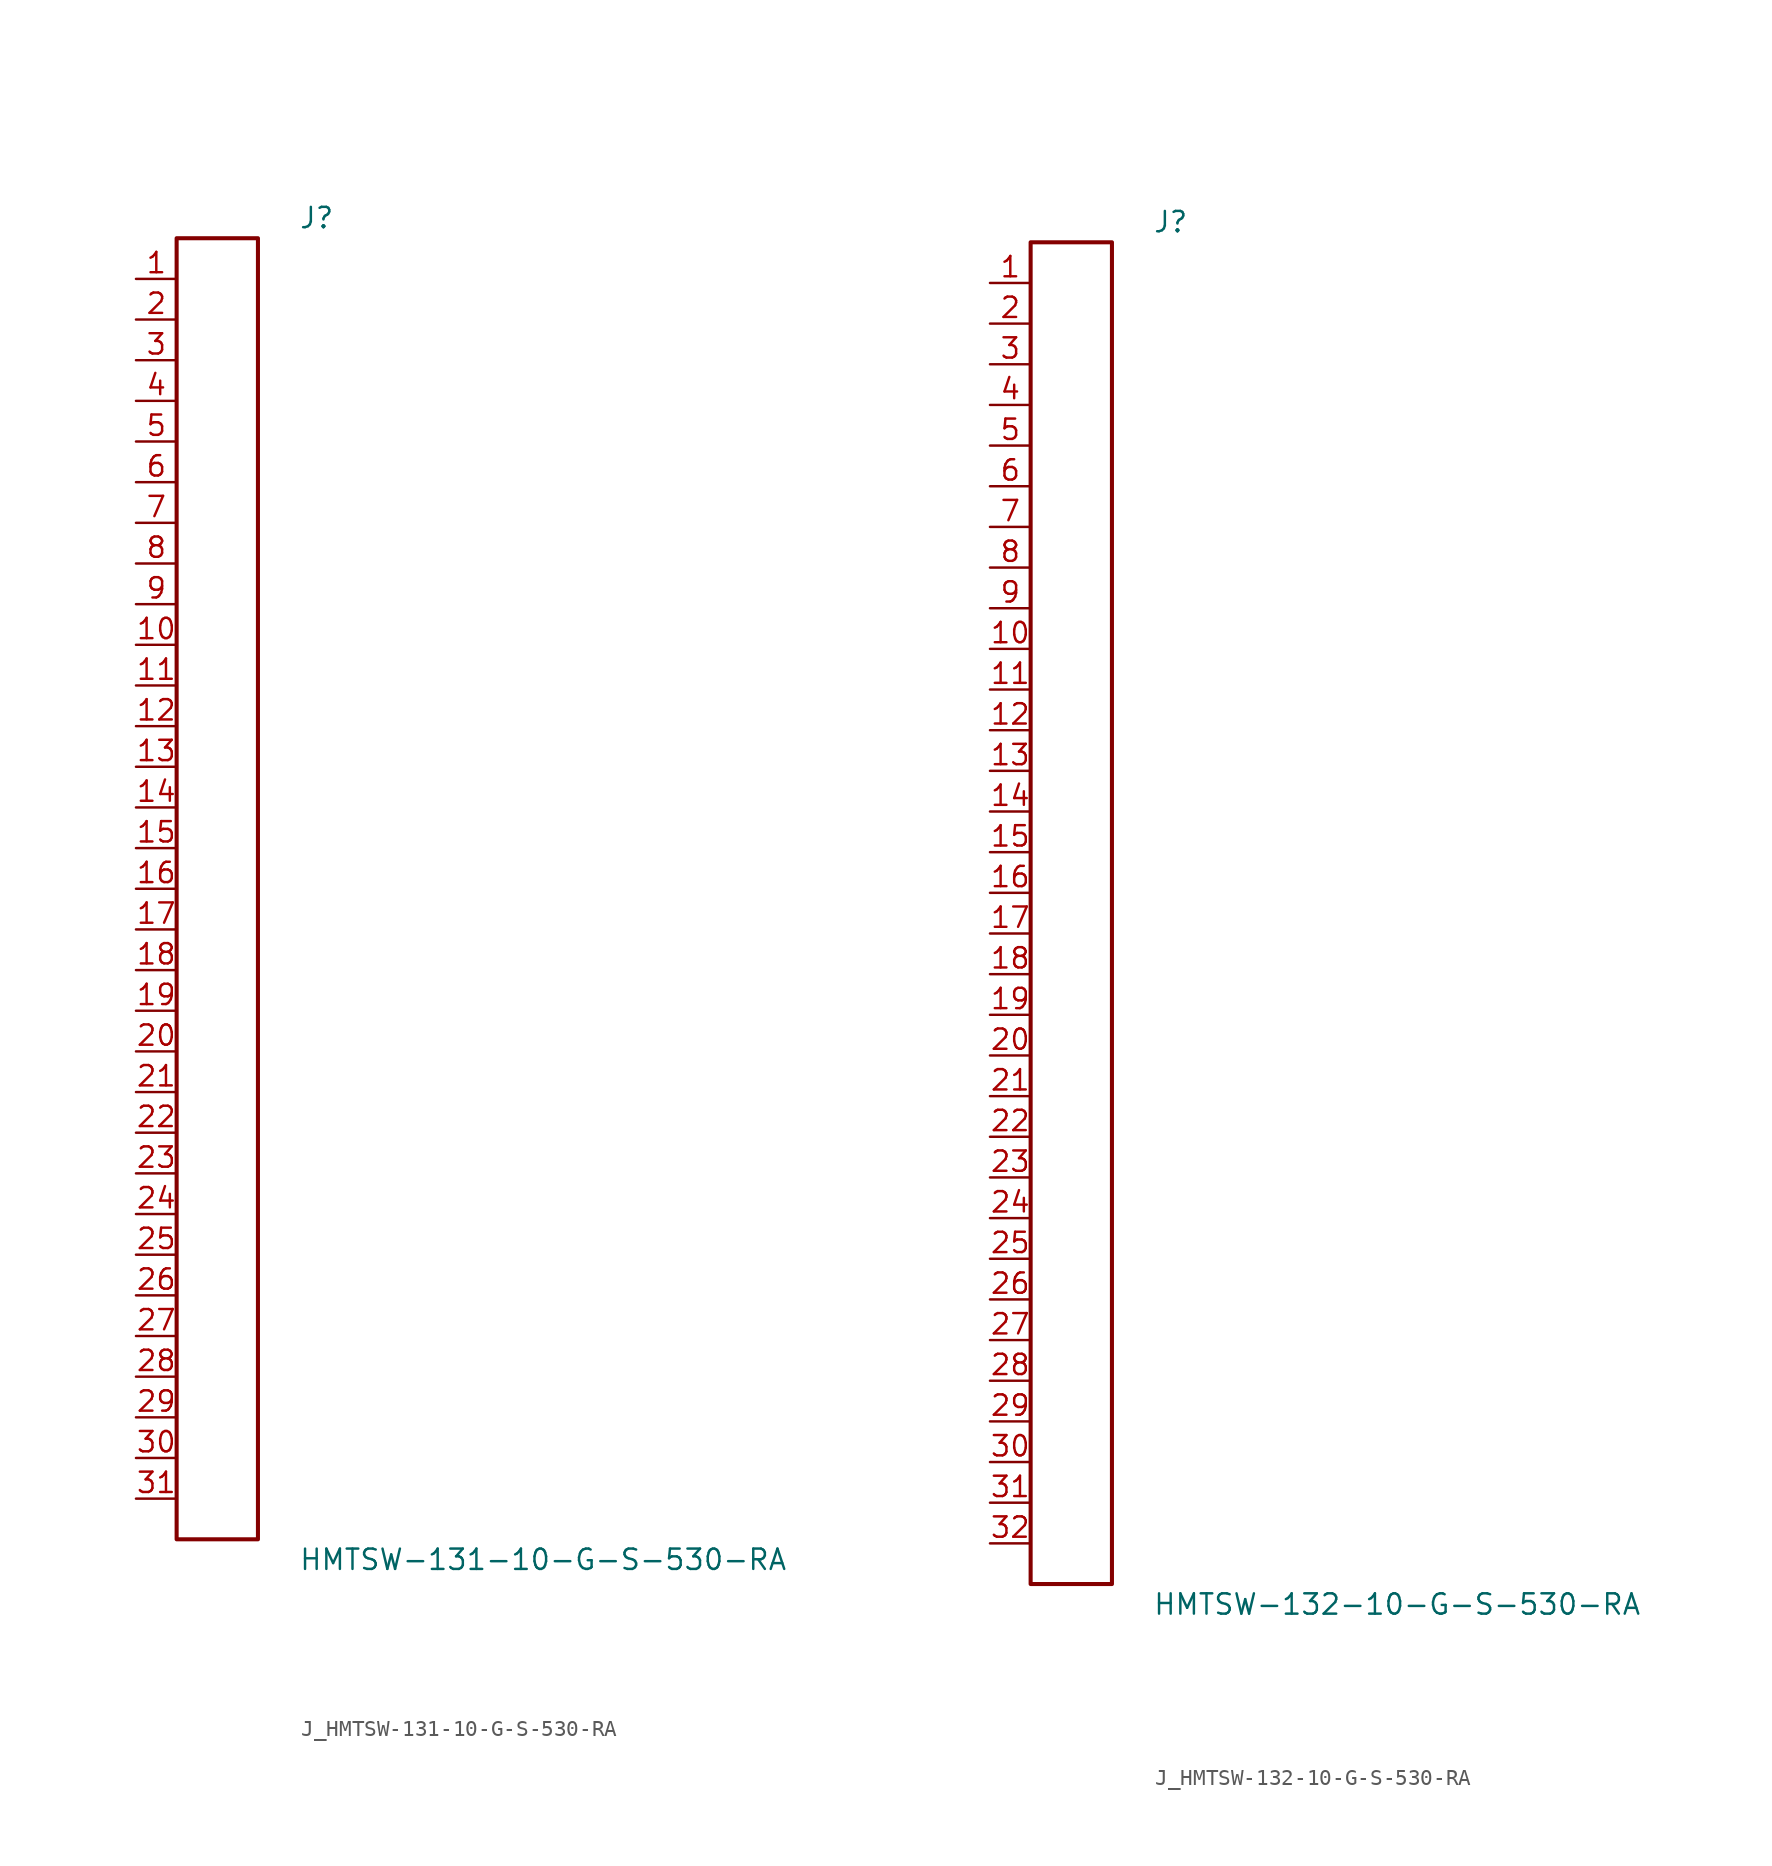
<source format=kicad_sym>
(kicad_symbol_lib
  (version 20231120)
  (generator kicad_symbol_editor)
  (generator_version 8.0)
  (symbol "J_HMTSW-131-10-G-S-530-RA"
    (pin_names
      (offset 0.254))
    (property "Reference" "J"
      (at 5.08 41.91 0)
      (effects (font (size 1.27 1.27)) (justify left)))
    (property "Value" "HMTSW-131-10-G-S-530-RA"
      (at 5.08 -41.91 0)
      (effects (font (size 1.27 1.27)) (justify left)))
    (symbol "J_HMTSW-131-10-G-S-530-RA_0_0"
      (pin unspecified line (at -5.08 38.1 0) (length 2.54) (name "" (effects (font (size 1.27 1.27)))) (number "1" (effects (font (size 1.27 1.27)))))
      (pin unspecified line (at -5.08 35.56 0) (length 2.54) (name "" (effects (font (size 1.27 1.27)))) (number "2" (effects (font (size 1.27 1.27)))))
      (pin unspecified line (at -5.08 33.02 0) (length 2.54) (name "" (effects (font (size 1.27 1.27)))) (number "3" (effects (font (size 1.27 1.27)))))
      (pin unspecified line (at -5.08 30.48 0) (length 2.54) (name "" (effects (font (size 1.27 1.27)))) (number "4" (effects (font (size 1.27 1.27)))))
      (pin unspecified line (at -5.08 27.94 0) (length 2.54) (name "" (effects (font (size 1.27 1.27)))) (number "5" (effects (font (size 1.27 1.27)))))
      (pin unspecified line (at -5.08 25.4 0) (length 2.54) (name "" (effects (font (size 1.27 1.27)))) (number "6" (effects (font (size 1.27 1.27)))))
      (pin unspecified line (at -5.08 22.86 0) (length 2.54) (name "" (effects (font (size 1.27 1.27)))) (number "7" (effects (font (size 1.27 1.27)))))
      (pin unspecified line (at -5.08 20.32 0) (length 2.54) (name "" (effects (font (size 1.27 1.27)))) (number "8" (effects (font (size 1.27 1.27)))))
      (pin unspecified line (at -5.08 17.78 0) (length 2.54) (name "" (effects (font (size 1.27 1.27)))) (number "9" (effects (font (size 1.27 1.27)))))
      (pin unspecified line (at -5.08 15.24 0) (length 2.54) (name "" (effects (font (size 1.27 1.27)))) (number "10" (effects (font (size 1.27 1.27)))))
      (pin unspecified line (at -5.08 12.7 0) (length 2.54) (name "" (effects (font (size 1.27 1.27)))) (number "11" (effects (font (size 1.27 1.27)))))
      (pin unspecified line (at -5.08 10.16 0) (length 2.54) (name "" (effects (font (size 1.27 1.27)))) (number "12" (effects (font (size 1.27 1.27)))))
      (pin unspecified line (at -5.08 7.62 0) (length 2.54) (name "" (effects (font (size 1.27 1.27)))) (number "13" (effects (font (size 1.27 1.27)))))
      (pin unspecified line (at -5.08 5.08 0) (length 2.54) (name "" (effects (font (size 1.27 1.27)))) (number "14" (effects (font (size 1.27 1.27)))))
      (pin unspecified line (at -5.08 2.54 0) (length 2.54) (name "" (effects (font (size 1.27 1.27)))) (number "15" (effects (font (size 1.27 1.27)))))
      (pin unspecified line (at -5.08 0.0 0) (length 2.54) (name "" (effects (font (size 1.27 1.27)))) (number "16" (effects (font (size 1.27 1.27)))))
      (pin unspecified line (at -5.08 -2.54 0) (length 2.54) (name "" (effects (font (size 1.27 1.27)))) (number "17" (effects (font (size 1.27 1.27)))))
      (pin unspecified line (at -5.08 -5.08 0) (length 2.54) (name "" (effects (font (size 1.27 1.27)))) (number "18" (effects (font (size 1.27 1.27)))))
      (pin unspecified line (at -5.08 -7.62 0) (length 2.54) (name "" (effects (font (size 1.27 1.27)))) (number "19" (effects (font (size 1.27 1.27)))))
      (pin unspecified line (at -5.08 -10.16 0) (length 2.54) (name "" (effects (font (size 1.27 1.27)))) (number "20" (effects (font (size 1.27 1.27)))))
      (pin unspecified line (at -5.08 -12.7 0) (length 2.54) (name "" (effects (font (size 1.27 1.27)))) (number "21" (effects (font (size 1.27 1.27)))))
      (pin unspecified line (at -5.08 -15.24 0) (length 2.54) (name "" (effects (font (size 1.27 1.27)))) (number "22" (effects (font (size 1.27 1.27)))))
      (pin unspecified line (at -5.08 -17.78 0) (length 2.54) (name "" (effects (font (size 1.27 1.27)))) (number "23" (effects (font (size 1.27 1.27)))))
      (pin unspecified line (at -5.08 -20.32 0) (length 2.54) (name "" (effects (font (size 1.27 1.27)))) (number "24" (effects (font (size 1.27 1.27)))))
      (pin unspecified line (at -5.08 -22.86 0) (length 2.54) (name "" (effects (font (size 1.27 1.27)))) (number "25" (effects (font (size 1.27 1.27)))))
      (pin unspecified line (at -5.08 -25.4 0) (length 2.54) (name "" (effects (font (size 1.27 1.27)))) (number "26" (effects (font (size 1.27 1.27)))))
      (pin unspecified line (at -5.08 -27.94 0) (length 2.54) (name "" (effects (font (size 1.27 1.27)))) (number "27" (effects (font (size 1.27 1.27)))))
      (pin unspecified line (at -5.08 -30.48 0) (length 2.54) (name "" (effects (font (size 1.27 1.27)))) (number "28" (effects (font (size 1.27 1.27)))))
      (pin unspecified line (at -5.08 -33.02 0) (length 2.54) (name "" (effects (font (size 1.27 1.27)))) (number "29" (effects (font (size 1.27 1.27)))))
      (pin unspecified line (at -5.08 -35.56 0) (length 2.54) (name "" (effects (font (size 1.27 1.27)))) (number "30" (effects (font (size 1.27 1.27)))))
      (pin unspecified line (at -5.08 -38.1 0) (length 2.54) (name "" (effects (font (size 1.27 1.27)))) (number "31" (effects (font (size 1.27 1.27))))))
    (symbol "J_HMTSW-131-10-G-S-530-RA_1_0"
      (rectangle (start -2.54 40.64) (end 2.54 -40.64) (stroke (width 0.254) (type solid)) (fill (type none)))))
  (symbol "J_HMTSW-132-10-G-S-530-RA"
    (pin_names
      (offset 0.254))
    (property "Reference" "J"
      (at 5.08 43.18 0)
      (effects (font (size 1.27 1.27)) (justify left)))
    (property "Value" "HMTSW-132-10-G-S-530-RA"
      (at 5.08 -43.18 0)
      (effects (font (size 1.27 1.27)) (justify left)))
    (symbol "J_HMTSW-132-10-G-S-530-RA_0_0"
      (pin unspecified line (at -5.08 39.37 0) (length 2.54) (name "" (effects (font (size 1.27 1.27)))) (number "1" (effects (font (size 1.27 1.27)))))
      (pin unspecified line (at -5.08 36.83 0) (length 2.54) (name "" (effects (font (size 1.27 1.27)))) (number "2" (effects (font (size 1.27 1.27)))))
      (pin unspecified line (at -5.08 34.29 0) (length 2.54) (name "" (effects (font (size 1.27 1.27)))) (number "3" (effects (font (size 1.27 1.27)))))
      (pin unspecified line (at -5.08 31.75 0) (length 2.54) (name "" (effects (font (size 1.27 1.27)))) (number "4" (effects (font (size 1.27 1.27)))))
      (pin unspecified line (at -5.08 29.21 0) (length 2.54) (name "" (effects (font (size 1.27 1.27)))) (number "5" (effects (font (size 1.27 1.27)))))
      (pin unspecified line (at -5.08 26.67 0) (length 2.54) (name "" (effects (font (size 1.27 1.27)))) (number "6" (effects (font (size 1.27 1.27)))))
      (pin unspecified line (at -5.08 24.13 0) (length 2.54) (name "" (effects (font (size 1.27 1.27)))) (number "7" (effects (font (size 1.27 1.27)))))
      (pin unspecified line (at -5.08 21.59 0) (length 2.54) (name "" (effects (font (size 1.27 1.27)))) (number "8" (effects (font (size 1.27 1.27)))))
      (pin unspecified line (at -5.08 19.05 0) (length 2.54) (name "" (effects (font (size 1.27 1.27)))) (number "9" (effects (font (size 1.27 1.27)))))
      (pin unspecified line (at -5.08 16.51 0) (length 2.54) (name "" (effects (font (size 1.27 1.27)))) (number "10" (effects (font (size 1.27 1.27)))))
      (pin unspecified line (at -5.08 13.97 0) (length 2.54) (name "" (effects (font (size 1.27 1.27)))) (number "11" (effects (font (size 1.27 1.27)))))
      (pin unspecified line (at -5.08 11.43 0) (length 2.54) (name "" (effects (font (size 1.27 1.27)))) (number "12" (effects (font (size 1.27 1.27)))))
      (pin unspecified line (at -5.08 8.89 0) (length 2.54) (name "" (effects (font (size 1.27 1.27)))) (number "13" (effects (font (size 1.27 1.27)))))
      (pin unspecified line (at -5.08 6.35 0) (length 2.54) (name "" (effects (font (size 1.27 1.27)))) (number "14" (effects (font (size 1.27 1.27)))))
      (pin unspecified line (at -5.08 3.81 0) (length 2.54) (name "" (effects (font (size 1.27 1.27)))) (number "15" (effects (font (size 1.27 1.27)))))
      (pin unspecified line (at -5.08 1.27 0) (length 2.54) (name "" (effects (font (size 1.27 1.27)))) (number "16" (effects (font (size 1.27 1.27)))))
      (pin unspecified line (at -5.08 -1.27 0) (length 2.54) (name "" (effects (font (size 1.27 1.27)))) (number "17" (effects (font (size 1.27 1.27)))))
      (pin unspecified line (at -5.08 -3.81 0) (length 2.54) (name "" (effects (font (size 1.27 1.27)))) (number "18" (effects (font (size 1.27 1.27)))))
      (pin unspecified line (at -5.08 -6.35 0) (length 2.54) (name "" (effects (font (size 1.27 1.27)))) (number "19" (effects (font (size 1.27 1.27)))))
      (pin unspecified line (at -5.08 -8.89 0) (length 2.54) (name "" (effects (font (size 1.27 1.27)))) (number "20" (effects (font (size 1.27 1.27)))))
      (pin unspecified line (at -5.08 -11.43 0) (length 2.54) (name "" (effects (font (size 1.27 1.27)))) (number "21" (effects (font (size 1.27 1.27)))))
      (pin unspecified line (at -5.08 -13.97 0) (length 2.54) (name "" (effects (font (size 1.27 1.27)))) (number "22" (effects (font (size 1.27 1.27)))))
      (pin unspecified line (at -5.08 -16.51 0) (length 2.54) (name "" (effects (font (size 1.27 1.27)))) (number "23" (effects (font (size 1.27 1.27)))))
      (pin unspecified line (at -5.08 -19.05 0) (length 2.54) (name "" (effects (font (size 1.27 1.27)))) (number "24" (effects (font (size 1.27 1.27)))))
      (pin unspecified line (at -5.08 -21.59 0) (length 2.54) (name "" (effects (font (size 1.27 1.27)))) (number "25" (effects (font (size 1.27 1.27)))))
      (pin unspecified line (at -5.08 -24.13 0) (length 2.54) (name "" (effects (font (size 1.27 1.27)))) (number "26" (effects (font (size 1.27 1.27)))))
      (pin unspecified line (at -5.08 -26.67 0) (length 2.54) (name "" (effects (font (size 1.27 1.27)))) (number "27" (effects (font (size 1.27 1.27)))))
      (pin unspecified line (at -5.08 -29.21 0) (length 2.54) (name "" (effects (font (size 1.27 1.27)))) (number "28" (effects (font (size 1.27 1.27)))))
      (pin unspecified line (at -5.08 -31.75 0) (length 2.54) (name "" (effects (font (size 1.27 1.27)))) (number "29" (effects (font (size 1.27 1.27)))))
      (pin unspecified line (at -5.08 -34.29 0) (length 2.54) (name "" (effects (font (size 1.27 1.27)))) (number "30" (effects (font (size 1.27 1.27)))))
      (pin unspecified line (at -5.08 -36.83 0) (length 2.54) (name "" (effects (font (size 1.27 1.27)))) (number "31" (effects (font (size 1.27 1.27)))))
      (pin unspecified line (at -5.08 -39.37 0) (length 2.54) (name "" (effects (font (size 1.27 1.27)))) (number "32" (effects (font (size 1.27 1.27))))))
    (symbol "J_HMTSW-132-10-G-S-530-RA_1_0"
      (rectangle (start -2.54 41.91) (end 2.54 -41.91) (stroke (width 0.254) (type solid)) (fill (type none))))))
</source>
